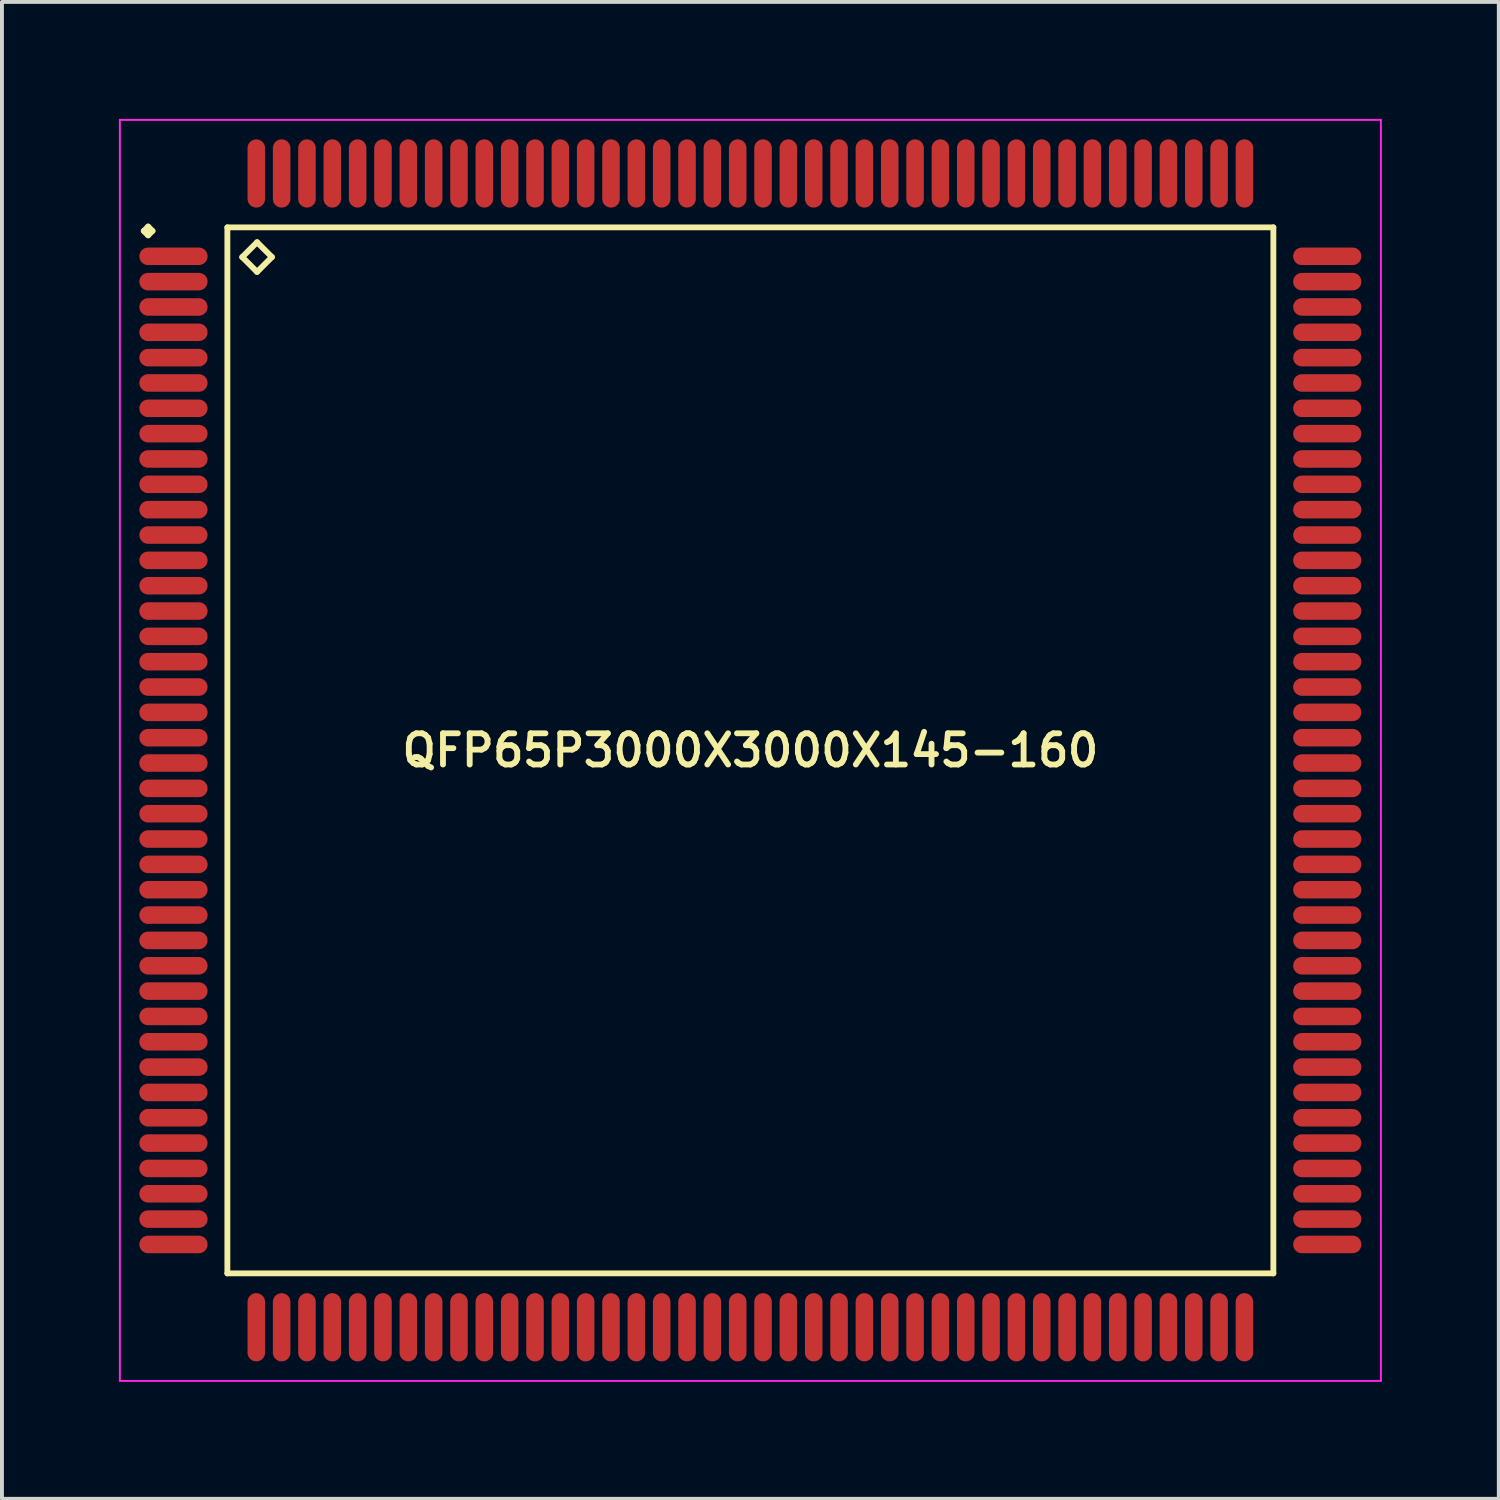
<source format=kicad_pcb>
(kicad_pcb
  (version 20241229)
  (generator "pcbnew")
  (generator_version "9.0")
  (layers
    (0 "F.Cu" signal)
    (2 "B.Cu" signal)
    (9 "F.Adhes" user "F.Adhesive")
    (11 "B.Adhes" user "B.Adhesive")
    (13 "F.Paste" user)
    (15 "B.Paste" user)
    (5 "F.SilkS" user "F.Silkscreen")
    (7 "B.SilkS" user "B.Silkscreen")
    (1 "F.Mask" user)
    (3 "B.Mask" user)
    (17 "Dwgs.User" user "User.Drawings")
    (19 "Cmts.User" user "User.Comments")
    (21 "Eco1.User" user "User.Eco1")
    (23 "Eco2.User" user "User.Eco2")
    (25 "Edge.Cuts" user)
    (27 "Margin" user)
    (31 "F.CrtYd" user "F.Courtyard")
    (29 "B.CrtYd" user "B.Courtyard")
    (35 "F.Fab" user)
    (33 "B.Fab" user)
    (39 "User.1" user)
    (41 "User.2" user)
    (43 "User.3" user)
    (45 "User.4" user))
  (footprint "QFP65P3000X3000X145-160"
    (layer "F.Cu")
    (at 16.2 16.2)
    (property "Reference" "QFP65P3000X3000X145-160" (at 0 0 0) (layer "F.SilkS") (effects (font (size 0.8 0.8) (thickness 0.15))))
    (attr smd)
    (fp_line (start -15.562 -13.325) (end -15.45 -13.438) (stroke (width 0.15) (type solid)) (layer "F.SilkS"))
    (fp_line (start -15.45 -13.438) (end -15.338 -13.325) (stroke (width 0.15) (type solid)) (layer "F.SilkS"))
    (fp_line (start -15.45 -13.213) (end -15.562 -13.325) (stroke (width 0.15) (type solid)) (layer "F.SilkS"))
    (fp_line (start -15.338 -13.325) (end -15.45 -13.213) (stroke (width 0.15) (type solid)) (layer "F.SilkS"))
    (fp_line (start -13.417 -13.417) (end -13.417 13.417) (stroke (width 0.15) (type solid)) (layer "F.SilkS"))
    (fp_line (start -13.417 13.417) (end 13.417 13.417) (stroke (width 0.15) (type solid)) (layer "F.SilkS"))
    (fp_line (start -13.036 -12.655) (end -12.655 -13.036) (stroke (width 0.15) (type solid)) (layer "F.SilkS"))
    (fp_line (start -12.655 -13.036) (end -12.274 -12.655) (stroke (width 0.15) (type solid)) (layer "F.SilkS"))
    (fp_line (start -12.655 -12.274) (end -13.036 -12.655) (stroke (width 0.15) (type solid)) (layer "F.SilkS"))
    (fp_line (start -12.274 -12.655) (end -12.655 -12.274) (stroke (width 0.15) (type solid)) (layer "F.SilkS"))
    (fp_line (start 13.417 -13.417) (end -13.417 -13.417) (stroke (width 0.15) (type solid)) (layer "F.SilkS"))
    (fp_line (start 13.417 13.417) (end 13.417 -13.417) (stroke (width 0.15) (type solid)) (layer "F.SilkS"))
    (fp_line (start -16.175 -16.175) (end 16.175 -16.175) (stroke (width 0.05) (type solid)) (layer "F.CrtYd"))
    (fp_line (start -16.175 16.175) (end -16.175 -16.175) (stroke (width 0.05) (type solid)) (layer "F.CrtYd"))
    (fp_line (start 16.175 -16.175) (end 16.175 16.175) (stroke (width 0.05) (type solid)) (layer "F.CrtYd"))
    (fp_line (start 16.175 16.175) (end -16.175 16.175) (stroke (width 0.05) (type solid)) (layer "F.CrtYd"))
    (pad "1" smd oval (at -14.8 -12.675) (size 1.75 0.45) (layers "F.Cu" "F.Mask" "F.Paste"))
    (pad "2" smd oval (at -14.8 -12.025) (size 1.75 0.45) (layers "F.Cu" "F.Mask" "F.Paste"))
    (pad "3" smd oval (at -14.8 -11.375) (size 1.75 0.45) (layers "F.Cu" "F.Mask" "F.Paste"))
    (pad "4" smd oval (at -14.8 -10.725) (size 1.75 0.45) (layers "F.Cu" "F.Mask" "F.Paste"))
    (pad "5" smd oval (at -14.8 -10.075) (size 1.75 0.45) (layers "F.Cu" "F.Mask" "F.Paste"))
    (pad "6" smd oval (at -14.8 -9.425) (size 1.75 0.45) (layers "F.Cu" "F.Mask" "F.Paste"))
    (pad "7" smd oval (at -14.8 -8.775) (size 1.75 0.45) (layers "F.Cu" "F.Mask" "F.Paste"))
    (pad "8" smd oval (at -14.8 -8.125) (size 1.75 0.45) (layers "F.Cu" "F.Mask" "F.Paste"))
    (pad "9" smd oval (at -14.8 -7.475) (size 1.75 0.45) (layers "F.Cu" "F.Mask" "F.Paste"))
    (pad "10" smd oval (at -14.8 -6.825) (size 1.75 0.45) (layers "F.Cu" "F.Mask" "F.Paste"))
    (pad "11" smd oval (at -14.8 -6.175) (size 1.75 0.45) (layers "F.Cu" "F.Mask" "F.Paste"))
    (pad "12" smd oval (at -14.8 -5.525) (size 1.75 0.45) (layers "F.Cu" "F.Mask" "F.Paste"))
    (pad "13" smd oval (at -14.8 -4.875) (size 1.75 0.45) (layers "F.Cu" "F.Mask" "F.Paste"))
    (pad "14" smd oval (at -14.8 -4.225) (size 1.75 0.45) (layers "F.Cu" "F.Mask" "F.Paste"))
    (pad "15" smd oval (at -14.8 -3.575) (size 1.75 0.45) (layers "F.Cu" "F.Mask" "F.Paste"))
    (pad "16" smd oval (at -14.8 -2.925) (size 1.75 0.45) (layers "F.Cu" "F.Mask" "F.Paste"))
    (pad "17" smd oval (at -14.8 -2.275) (size 1.75 0.45) (layers "F.Cu" "F.Mask" "F.Paste"))
    (pad "18" smd oval (at -14.8 -1.625) (size 1.75 0.45) (layers "F.Cu" "F.Mask" "F.Paste"))
    (pad "19" smd oval (at -14.8 -0.975) (size 1.75 0.45) (layers "F.Cu" "F.Mask" "F.Paste"))
    (pad "20" smd oval (at -14.8 -0.325) (size 1.75 0.45) (layers "F.Cu" "F.Mask" "F.Paste"))
    (pad "21" smd oval (at -14.8 0.325) (size 1.75 0.45) (layers "F.Cu" "F.Mask" "F.Paste"))
    (pad "22" smd oval (at -14.8 0.975) (size 1.75 0.45) (layers "F.Cu" "F.Mask" "F.Paste"))
    (pad "23" smd oval (at -14.8 1.625) (size 1.75 0.45) (layers "F.Cu" "F.Mask" "F.Paste"))
    (pad "24" smd oval (at -14.8 2.275) (size 1.75 0.45) (layers "F.Cu" "F.Mask" "F.Paste"))
    (pad "25" smd oval (at -14.8 2.925) (size 1.75 0.45) (layers "F.Cu" "F.Mask" "F.Paste"))
    (pad "26" smd oval (at -14.8 3.575) (size 1.75 0.45) (layers "F.Cu" "F.Mask" "F.Paste"))
    (pad "27" smd oval (at -14.8 4.225) (size 1.75 0.45) (layers "F.Cu" "F.Mask" "F.Paste"))
    (pad "28" smd oval (at -14.8 4.875) (size 1.75 0.45) (layers "F.Cu" "F.Mask" "F.Paste"))
    (pad "29" smd oval (at -14.8 5.525) (size 1.75 0.45) (layers "F.Cu" "F.Mask" "F.Paste"))
    (pad "30" smd oval (at -14.8 6.175) (size 1.75 0.45) (layers "F.Cu" "F.Mask" "F.Paste"))
    (pad "31" smd oval (at -14.8 6.825) (size 1.75 0.45) (layers "F.Cu" "F.Mask" "F.Paste"))
    (pad "32" smd oval (at -14.8 7.475) (size 1.75 0.45) (layers "F.Cu" "F.Mask" "F.Paste"))
    (pad "33" smd oval (at -14.8 8.125) (size 1.75 0.45) (layers "F.Cu" "F.Mask" "F.Paste"))
    (pad "34" smd oval (at -14.8 8.775) (size 1.75 0.45) (layers "F.Cu" "F.Mask" "F.Paste"))
    (pad "35" smd oval (at -14.8 9.425) (size 1.75 0.45) (layers "F.Cu" "F.Mask" "F.Paste"))
    (pad "36" smd oval (at -14.8 10.075) (size 1.75 0.45) (layers "F.Cu" "F.Mask" "F.Paste"))
    (pad "37" smd oval (at -14.8 10.725) (size 1.75 0.45) (layers "F.Cu" "F.Mask" "F.Paste"))
    (pad "38" smd oval (at -14.8 11.375) (size 1.75 0.45) (layers "F.Cu" "F.Mask" "F.Paste"))
    (pad "39" smd oval (at -14.8 12.025) (size 1.75 0.45) (layers "F.Cu" "F.Mask" "F.Paste"))
    (pad "40" smd oval (at -14.8 12.675) (size 1.75 0.45) (layers "F.Cu" "F.Mask" "F.Paste"))
    (pad "41" smd oval (at -12.675 14.8) (size 0.45 1.75) (layers "F.Cu" "F.Mask" "F.Paste"))
    (pad "42" smd oval (at -12.025 14.8) (size 0.45 1.75) (layers "F.Cu" "F.Mask" "F.Paste"))
    (pad "43" smd oval (at -11.375 14.8) (size 0.45 1.75) (layers "F.Cu" "F.Mask" "F.Paste"))
    (pad "44" smd oval (at -10.725 14.8) (size 0.45 1.75) (layers "F.Cu" "F.Mask" "F.Paste"))
    (pad "45" smd oval (at -10.075 14.8) (size 0.45 1.75) (layers "F.Cu" "F.Mask" "F.Paste"))
    (pad "46" smd oval (at -9.425 14.8) (size 0.45 1.75) (layers "F.Cu" "F.Mask" "F.Paste"))
    (pad "47" smd oval (at -8.775 14.8) (size 0.45 1.75) (layers "F.Cu" "F.Mask" "F.Paste"))
    (pad "48" smd oval (at -8.125 14.8) (size 0.45 1.75) (layers "F.Cu" "F.Mask" "F.Paste"))
    (pad "49" smd oval (at -7.475 14.8) (size 0.45 1.75) (layers "F.Cu" "F.Mask" "F.Paste"))
    (pad "50" smd oval (at -6.825 14.8) (size 0.45 1.75) (layers "F.Cu" "F.Mask" "F.Paste"))
    (pad "51" smd oval (at -6.175 14.8) (size 0.45 1.75) (layers "F.Cu" "F.Mask" "F.Paste"))
    (pad "52" smd oval (at -5.525 14.8) (size 0.45 1.75) (layers "F.Cu" "F.Mask" "F.Paste"))
    (pad "53" smd oval (at -4.875 14.8) (size 0.45 1.75) (layers "F.Cu" "F.Mask" "F.Paste"))
    (pad "54" smd oval (at -4.225 14.8) (size 0.45 1.75) (layers "F.Cu" "F.Mask" "F.Paste"))
    (pad "55" smd oval (at -3.575 14.8) (size 0.45 1.75) (layers "F.Cu" "F.Mask" "F.Paste"))
    (pad "56" smd oval (at -2.925 14.8) (size 0.45 1.75) (layers "F.Cu" "F.Mask" "F.Paste"))
    (pad "57" smd oval (at -2.275 14.8) (size 0.45 1.75) (layers "F.Cu" "F.Mask" "F.Paste"))
    (pad "58" smd oval (at -1.625 14.8) (size 0.45 1.75) (layers "F.Cu" "F.Mask" "F.Paste"))
    (pad "59" smd oval (at -0.975 14.8) (size 0.45 1.75) (layers "F.Cu" "F.Mask" "F.Paste"))
    (pad "60" smd oval (at -0.325 14.8) (size 0.45 1.75) (layers "F.Cu" "F.Mask" "F.Paste"))
    (pad "61" smd oval (at 0.325 14.8) (size 0.45 1.75) (layers "F.Cu" "F.Mask" "F.Paste"))
    (pad "62" smd oval (at 0.975 14.8) (size 0.45 1.75) (layers "F.Cu" "F.Mask" "F.Paste"))
    (pad "63" smd oval (at 1.625 14.8) (size 0.45 1.75) (layers "F.Cu" "F.Mask" "F.Paste"))
    (pad "64" smd oval (at 2.275 14.8) (size 0.45 1.75) (layers "F.Cu" "F.Mask" "F.Paste"))
    (pad "65" smd oval (at 2.925 14.8) (size 0.45 1.75) (layers "F.Cu" "F.Mask" "F.Paste"))
    (pad "66" smd oval (at 3.575 14.8) (size 0.45 1.75) (layers "F.Cu" "F.Mask" "F.Paste"))
    (pad "67" smd oval (at 4.225 14.8) (size 0.45 1.75) (layers "F.Cu" "F.Mask" "F.Paste"))
    (pad "68" smd oval (at 4.875 14.8) (size 0.45 1.75) (layers "F.Cu" "F.Mask" "F.Paste"))
    (pad "69" smd oval (at 5.525 14.8) (size 0.45 1.75) (layers "F.Cu" "F.Mask" "F.Paste"))
    (pad "70" smd oval (at 6.175 14.8) (size 0.45 1.75) (layers "F.Cu" "F.Mask" "F.Paste"))
    (pad "71" smd oval (at 6.825 14.8) (size 0.45 1.75) (layers "F.Cu" "F.Mask" "F.Paste"))
    (pad "72" smd oval (at 7.475 14.8) (size 0.45 1.75) (layers "F.Cu" "F.Mask" "F.Paste"))
    (pad "73" smd oval (at 8.125 14.8) (size 0.45 1.75) (layers "F.Cu" "F.Mask" "F.Paste"))
    (pad "74" smd oval (at 8.775 14.8) (size 0.45 1.75) (layers "F.Cu" "F.Mask" "F.Paste"))
    (pad "75" smd oval (at 9.425 14.8) (size 0.45 1.75) (layers "F.Cu" "F.Mask" "F.Paste"))
    (pad "76" smd oval (at 10.075 14.8) (size 0.45 1.75) (layers "F.Cu" "F.Mask" "F.Paste"))
    (pad "77" smd oval (at 10.725 14.8) (size 0.45 1.75) (layers "F.Cu" "F.Mask" "F.Paste"))
    (pad "78" smd oval (at 11.375 14.8) (size 0.45 1.75) (layers "F.Cu" "F.Mask" "F.Paste"))
    (pad "79" smd oval (at 12.025 14.8) (size 0.45 1.75) (layers "F.Cu" "F.Mask" "F.Paste"))
    (pad "80" smd oval (at 12.675 14.8) (size 0.45 1.75) (layers "F.Cu" "F.Mask" "F.Paste"))
    (pad "81" smd oval (at 14.8 12.675) (size 1.75 0.45) (layers "F.Cu" "F.Mask" "F.Paste"))
    (pad "82" smd oval (at 14.8 12.025) (size 1.75 0.45) (layers "F.Cu" "F.Mask" "F.Paste"))
    (pad "83" smd oval (at 14.8 11.375) (size 1.75 0.45) (layers "F.Cu" "F.Mask" "F.Paste"))
    (pad "84" smd oval (at 14.8 10.725) (size 1.75 0.45) (layers "F.Cu" "F.Mask" "F.Paste"))
    (pad "85" smd oval (at 14.8 10.075) (size 1.75 0.45) (layers "F.Cu" "F.Mask" "F.Paste"))
    (pad "86" smd oval (at 14.8 9.425) (size 1.75 0.45) (layers "F.Cu" "F.Mask" "F.Paste"))
    (pad "87" smd oval (at 14.8 8.775) (size 1.75 0.45) (layers "F.Cu" "F.Mask" "F.Paste"))
    (pad "88" smd oval (at 14.8 8.125) (size 1.75 0.45) (layers "F.Cu" "F.Mask" "F.Paste"))
    (pad "89" smd oval (at 14.8 7.475) (size 1.75 0.45) (layers "F.Cu" "F.Mask" "F.Paste"))
    (pad "90" smd oval (at 14.8 6.825) (size 1.75 0.45) (layers "F.Cu" "F.Mask" "F.Paste"))
    (pad "91" smd oval (at 14.8 6.175) (size 1.75 0.45) (layers "F.Cu" "F.Mask" "F.Paste"))
    (pad "92" smd oval (at 14.8 5.525) (size 1.75 0.45) (layers "F.Cu" "F.Mask" "F.Paste"))
    (pad "93" smd oval (at 14.8 4.875) (size 1.75 0.45) (layers "F.Cu" "F.Mask" "F.Paste"))
    (pad "94" smd oval (at 14.8 4.225) (size 1.75 0.45) (layers "F.Cu" "F.Mask" "F.Paste"))
    (pad "95" smd oval (at 14.8 3.575) (size 1.75 0.45) (layers "F.Cu" "F.Mask" "F.Paste"))
    (pad "96" smd oval (at 14.8 2.925) (size 1.75 0.45) (layers "F.Cu" "F.Mask" "F.Paste"))
    (pad "97" smd oval (at 14.8 2.275) (size 1.75 0.45) (layers "F.Cu" "F.Mask" "F.Paste"))
    (pad "98" smd oval (at 14.8 1.625) (size 1.75 0.45) (layers "F.Cu" "F.Mask" "F.Paste"))
    (pad "99" smd oval (at 14.8 0.975) (size 1.75 0.45) (layers "F.Cu" "F.Mask" "F.Paste"))
    (pad "100" smd oval (at 14.8 0.325) (size 1.75 0.45) (layers "F.Cu" "F.Mask" "F.Paste"))
    (pad "101" smd oval (at 14.8 -0.325) (size 1.75 0.45) (layers "F.Cu" "F.Mask" "F.Paste"))
    (pad "102" smd oval (at 14.8 -0.975) (size 1.75 0.45) (layers "F.Cu" "F.Mask" "F.Paste"))
    (pad "103" smd oval (at 14.8 -1.625) (size 1.75 0.45) (layers "F.Cu" "F.Mask" "F.Paste"))
    (pad "104" smd oval (at 14.8 -2.275) (size 1.75 0.45) (layers "F.Cu" "F.Mask" "F.Paste"))
    (pad "105" smd oval (at 14.8 -2.925) (size 1.75 0.45) (layers "F.Cu" "F.Mask" "F.Paste"))
    (pad "106" smd oval (at 14.8 -3.575) (size 1.75 0.45) (layers "F.Cu" "F.Mask" "F.Paste"))
    (pad "107" smd oval (at 14.8 -4.225) (size 1.75 0.45) (layers "F.Cu" "F.Mask" "F.Paste"))
    (pad "108" smd oval (at 14.8 -4.875) (size 1.75 0.45) (layers "F.Cu" "F.Mask" "F.Paste"))
    (pad "109" smd oval (at 14.8 -5.525) (size 1.75 0.45) (layers "F.Cu" "F.Mask" "F.Paste"))
    (pad "110" smd oval (at 14.8 -6.175) (size 1.75 0.45) (layers "F.Cu" "F.Mask" "F.Paste"))
    (pad "111" smd oval (at 14.8 -6.825) (size 1.75 0.45) (layers "F.Cu" "F.Mask" "F.Paste"))
    (pad "112" smd oval (at 14.8 -7.475) (size 1.75 0.45) (layers "F.Cu" "F.Mask" "F.Paste"))
    (pad "113" smd oval (at 14.8 -8.125) (size 1.75 0.45) (layers "F.Cu" "F.Mask" "F.Paste"))
    (pad "114" smd oval (at 14.8 -8.775) (size 1.75 0.45) (layers "F.Cu" "F.Mask" "F.Paste"))
    (pad "115" smd oval (at 14.8 -9.425) (size 1.75 0.45) (layers "F.Cu" "F.Mask" "F.Paste"))
    (pad "116" smd oval (at 14.8 -10.075) (size 1.75 0.45) (layers "F.Cu" "F.Mask" "F.Paste"))
    (pad "117" smd oval (at 14.8 -10.725) (size 1.75 0.45) (layers "F.Cu" "F.Mask" "F.Paste"))
    (pad "118" smd oval (at 14.8 -11.375) (size 1.75 0.45) (layers "F.Cu" "F.Mask" "F.Paste"))
    (pad "119" smd oval (at 14.8 -12.025) (size 1.75 0.45) (layers "F.Cu" "F.Mask" "F.Paste"))
    (pad "120" smd oval (at 14.8 -12.675) (size 1.75 0.45) (layers "F.Cu" "F.Mask" "F.Paste"))
    (pad "121" smd oval (at 12.675 -14.8) (size 0.45 1.75) (layers "F.Cu" "F.Mask" "F.Paste"))
    (pad "122" smd oval (at 12.025 -14.8) (size 0.45 1.75) (layers "F.Cu" "F.Mask" "F.Paste"))
    (pad "123" smd oval (at 11.375 -14.8) (size 0.45 1.75) (layers "F.Cu" "F.Mask" "F.Paste"))
    (pad "124" smd oval (at 10.725 -14.8) (size 0.45 1.75) (layers "F.Cu" "F.Mask" "F.Paste"))
    (pad "125" smd oval (at 10.075 -14.8) (size 0.45 1.75) (layers "F.Cu" "F.Mask" "F.Paste"))
    (pad "126" smd oval (at 9.425 -14.8) (size 0.45 1.75) (layers "F.Cu" "F.Mask" "F.Paste"))
    (pad "127" smd oval (at 8.775 -14.8) (size 0.45 1.75) (layers "F.Cu" "F.Mask" "F.Paste"))
    (pad "128" smd oval (at 8.125 -14.8) (size 0.45 1.75) (layers "F.Cu" "F.Mask" "F.Paste"))
    (pad "129" smd oval (at 7.475 -14.8) (size 0.45 1.75) (layers "F.Cu" "F.Mask" "F.Paste"))
    (pad "130" smd oval (at 6.825 -14.8) (size 0.45 1.75) (layers "F.Cu" "F.Mask" "F.Paste"))
    (pad "131" smd oval (at 6.175 -14.8) (size 0.45 1.75) (layers "F.Cu" "F.Mask" "F.Paste"))
    (pad "132" smd oval (at 5.525 -14.8) (size 0.45 1.75) (layers "F.Cu" "F.Mask" "F.Paste"))
    (pad "133" smd oval (at 4.875 -14.8) (size 0.45 1.75) (layers "F.Cu" "F.Mask" "F.Paste"))
    (pad "134" smd oval (at 4.225 -14.8) (size 0.45 1.75) (layers "F.Cu" "F.Mask" "F.Paste"))
    (pad "135" smd oval (at 3.575 -14.8) (size 0.45 1.75) (layers "F.Cu" "F.Mask" "F.Paste"))
    (pad "136" smd oval (at 2.925 -14.8) (size 0.45 1.75) (layers "F.Cu" "F.Mask" "F.Paste"))
    (pad "137" smd oval (at 2.275 -14.8) (size 0.45 1.75) (layers "F.Cu" "F.Mask" "F.Paste"))
    (pad "138" smd oval (at 1.625 -14.8) (size 0.45 1.75) (layers "F.Cu" "F.Mask" "F.Paste"))
    (pad "139" smd oval (at 0.975 -14.8) (size 0.45 1.75) (layers "F.Cu" "F.Mask" "F.Paste"))
    (pad "140" smd oval (at 0.325 -14.8) (size 0.45 1.75) (layers "F.Cu" "F.Mask" "F.Paste"))
    (pad "141" smd oval (at -0.325 -14.8) (size 0.45 1.75) (layers "F.Cu" "F.Mask" "F.Paste"))
    (pad "142" smd oval (at -0.975 -14.8) (size 0.45 1.75) (layers "F.Cu" "F.Mask" "F.Paste"))
    (pad "143" smd oval (at -1.625 -14.8) (size 0.45 1.75) (layers "F.Cu" "F.Mask" "F.Paste"))
    (pad "144" smd oval (at -2.275 -14.8) (size 0.45 1.75) (layers "F.Cu" "F.Mask" "F.Paste"))
    (pad "145" smd oval (at -2.925 -14.8) (size 0.45 1.75) (layers "F.Cu" "F.Mask" "F.Paste"))
    (pad "146" smd oval (at -3.575 -14.8) (size 0.45 1.75) (layers "F.Cu" "F.Mask" "F.Paste"))
    (pad "147" smd oval (at -4.225 -14.8) (size 0.45 1.75) (layers "F.Cu" "F.Mask" "F.Paste"))
    (pad "148" smd oval (at -4.875 -14.8) (size 0.45 1.75) (layers "F.Cu" "F.Mask" "F.Paste"))
    (pad "149" smd oval (at -5.525 -14.8) (size 0.45 1.75) (layers "F.Cu" "F.Mask" "F.Paste"))
    (pad "150" smd oval (at -6.175 -14.8) (size 0.45 1.75) (layers "F.Cu" "F.Mask" "F.Paste"))
    (pad "151" smd oval (at -6.825 -14.8) (size 0.45 1.75) (layers "F.Cu" "F.Mask" "F.Paste"))
    (pad "152" smd oval (at -7.475 -14.8) (size 0.45 1.75) (layers "F.Cu" "F.Mask" "F.Paste"))
    (pad "153" smd oval (at -8.125 -14.8) (size 0.45 1.75) (layers "F.Cu" "F.Mask" "F.Paste"))
    (pad "154" smd oval (at -8.775 -14.8) (size 0.45 1.75) (layers "F.Cu" "F.Mask" "F.Paste"))
    (pad "155" smd oval (at -9.425 -14.8) (size 0.45 1.75) (layers "F.Cu" "F.Mask" "F.Paste"))
    (pad "156" smd oval (at -10.075 -14.8) (size 0.45 1.75) (layers "F.Cu" "F.Mask" "F.Paste"))
    (pad "157" smd oval (at -10.725 -14.8) (size 0.45 1.75) (layers "F.Cu" "F.Mask" "F.Paste"))
    (pad "158" smd oval (at -11.375 -14.8) (size 0.45 1.75) (layers "F.Cu" "F.Mask" "F.Paste"))
    (pad "159" smd oval (at -12.025 -14.8) (size 0.45 1.75) (layers "F.Cu" "F.Mask" "F.Paste"))
    (pad "160" smd oval (at -12.675 -14.8) (size 0.45 1.75) (layers "F.Cu" "F.Mask" "F.Paste")))
  (gr_rect
    (start -3 -3)
    (end 35.4 35.4)
    (stroke (width 0.1) (type default))
    (fill no)
    (layer "Edge.Cuts")))
</source>
